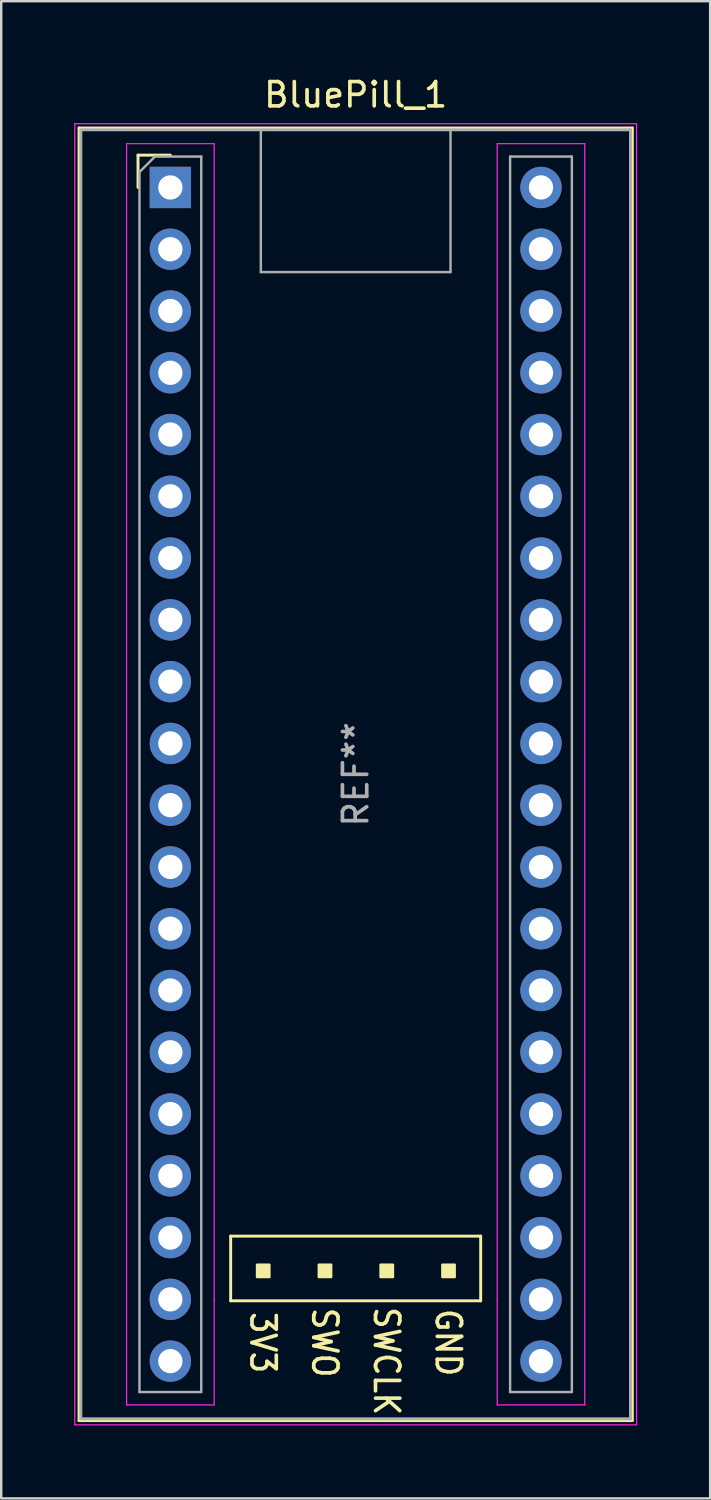
<source format=kicad_pcb>
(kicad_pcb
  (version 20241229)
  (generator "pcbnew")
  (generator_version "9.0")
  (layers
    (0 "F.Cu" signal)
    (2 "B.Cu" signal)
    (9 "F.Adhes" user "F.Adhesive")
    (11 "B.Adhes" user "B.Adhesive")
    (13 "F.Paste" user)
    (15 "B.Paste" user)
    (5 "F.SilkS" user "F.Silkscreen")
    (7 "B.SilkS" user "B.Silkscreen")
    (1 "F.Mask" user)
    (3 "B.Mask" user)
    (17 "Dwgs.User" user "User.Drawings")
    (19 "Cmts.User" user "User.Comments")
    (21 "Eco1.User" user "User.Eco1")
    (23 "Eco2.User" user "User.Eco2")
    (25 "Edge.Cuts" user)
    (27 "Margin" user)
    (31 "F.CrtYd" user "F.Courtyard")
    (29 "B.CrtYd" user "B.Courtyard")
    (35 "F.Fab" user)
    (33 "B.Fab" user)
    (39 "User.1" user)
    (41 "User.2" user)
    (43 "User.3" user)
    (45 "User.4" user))
  (footprint "BluePill_1"
    (layer "F.Cu")
    (at 3.955 4.658)
    (property "Reference" "BluePill_1" (at 7.62 -3.81 0) (layer "F.SilkS") (effects (font (size 1 1) (thickness 0.15))))
    (attr through_hole)
    (fp_line (start -3.755 -2.445) (end 18.995 -2.445) (stroke (width 0.12) (type solid)) (layer "F.SilkS"))
    (fp_line (start -3.755 50.705) (end -3.755 -2.445) (stroke (width 0.12) (type solid)) (layer "F.SilkS"))
    (fp_line (start -1.33 -1.33) (end 0 -1.33) (stroke (width 0.12) (type solid)) (layer "F.SilkS"))
    (fp_line (start -1.33 0) (end -1.33 -1.33) (stroke (width 0.12) (type solid)) (layer "F.SilkS"))
    (fp_line (start 2.48 43.12) (end 2.48 45.78) (stroke (width 0.12) (type solid)) (layer "F.SilkS"))
    (fp_line (start 2.48 45.78) (end 12.76 45.78) (stroke (width 0.12) (type solid)) (layer "F.SilkS"))
    (fp_line (start 12.76 43.12) (end 2.48 43.12) (stroke (width 0.12) (type solid)) (layer "F.SilkS"))
    (fp_line (start 12.76 45.78) (end 12.76 43.12) (stroke (width 0.12) (type solid)) (layer "F.SilkS"))
    (fp_line (start 18.995 -2.445) (end 18.995 50.705) (stroke (width 0.12) (type solid)) (layer "F.SilkS"))
    (fp_line (start 18.995 50.705) (end -3.755 50.705) (stroke (width 0.12) (type solid)) (layer "F.SilkS"))
    (fp_poly (pts (xy 3.564 44.295) (xy 3.564 44.803) (xy 4.072 44.803) (xy 4.072 44.295)) (stroke (width 0.1) (type solid)) (fill yes) (layer "F.SilkS"))
    (fp_poly (pts (xy 6.104 44.295) (xy 6.104 44.803) (xy 6.612 44.803) (xy 6.612 44.295)) (stroke (width 0.1) (type solid)) (fill yes) (layer "F.SilkS"))
    (fp_poly (pts (xy 8.644 44.295) (xy 8.644 44.803) (xy 9.152 44.803) (xy 9.152 44.295)) (stroke (width 0.1) (type solid)) (fill yes) (layer "F.SilkS"))
    (fp_poly (pts (xy 11.184 44.295) (xy 11.184 44.803) (xy 11.692 44.803) (xy 11.692 44.295)) (stroke (width 0.1) (type solid)) (fill yes) (layer "F.SilkS"))
    (fp_line (start -3.93 -2.62) (end 19.17 -2.62) (stroke (width 0.05) (type solid)) (layer "F.CrtYd"))
    (fp_line (start -3.93 50.88) (end -3.93 -2.62) (stroke (width 0.05) (type solid)) (layer "F.CrtYd"))
    (fp_line (start -1.8 -1.8) (end -1.8 50.06) (stroke (width 0.05) (type solid)) (layer "F.CrtYd"))
    (fp_line (start -1.8 50.06) (end 1.8 50.06) (stroke (width 0.05) (type solid)) (layer "F.CrtYd"))
    (fp_line (start 1.8 -1.8) (end -1.8 -1.8) (stroke (width 0.05) (type solid)) (layer "F.CrtYd"))
    (fp_line (start 1.8 -1.8) (end 1.8 45.72) (stroke (width 0.05) (type solid)) (layer "F.CrtYd"))
    (fp_line (start 1.8 45.72) (end 1.8 50.06) (stroke (width 0.05) (type solid)) (layer "F.CrtYd"))
    (fp_line (start 13.44 -1.8) (end 13.44 45.72) (stroke (width 0.05) (type solid)) (layer "F.CrtYd"))
    (fp_line (start 13.44 -1.8) (end 17.04 -1.8) (stroke (width 0.05) (type solid)) (layer "F.CrtYd"))
    (fp_line (start 13.44 45.72) (end 13.44 50.06) (stroke (width 0.05) (type solid)) (layer "F.CrtYd"))
    (fp_line (start 17.04 -1.8) (end 17.04 50.06) (stroke (width 0.05) (type solid)) (layer "F.CrtYd"))
    (fp_line (start 17.04 50.06) (end 13.44 50.06) (stroke (width 0.05) (type solid)) (layer "F.CrtYd"))
    (fp_line (start 19.17 -2.62) (end 19.17 50.88) (stroke (width 0.05) (type solid)) (layer "F.CrtYd"))
    (fp_line (start 19.17 50.88) (end -3.93 50.88) (stroke (width 0.05) (type solid)) (layer "F.CrtYd"))
    (fp_line (start -3.68 -2.37) (end 18.92 -2.37) (stroke (width 0.12) (type solid)) (layer "F.Fab"))
    (fp_line (start -3.68 50.63) (end -3.68 -2.32) (stroke (width 0.12) (type solid)) (layer "F.Fab"))
    (fp_line (start -3.68 50.63) (end 18.92 50.63) (stroke (width 0.12) (type solid)) (layer "F.Fab"))
    (fp_line (start -1.27 -0.635) (end -0.635 -1.27) (stroke (width 0.1) (type solid)) (layer "F.Fab"))
    (fp_line (start -1.27 49.53) (end -1.27 -0.635) (stroke (width 0.1) (type solid)) (layer "F.Fab"))
    (fp_line (start -0.635 -1.27) (end 1.27 -1.27) (stroke (width 0.1) (type solid)) (layer "F.Fab"))
    (fp_line (start 1.27 -1.27) (end 1.27 49.53) (stroke (width 0.1) (type solid)) (layer "F.Fab"))
    (fp_line (start 1.27 49.53) (end -1.27 49.53) (stroke (width 0.1) (type solid)) (layer "F.Fab"))
    (fp_line (start 3.72 3.48) (end 3.72 -2.32) (stroke (width 0.1) (type solid)) (layer "F.Fab"))
    (fp_line (start 3.72 3.48) (end 11.52 3.48) (stroke (width 0.1) (type solid)) (layer "F.Fab"))
    (fp_line (start 11.52 3.48) (end 11.52 -2.32) (stroke (width 0.1) (type solid)) (layer "F.Fab"))
    (fp_line (start 13.97 -1.27) (end 16.51 -1.27) (stroke (width 0.1) (type solid)) (layer "F.Fab"))
    (fp_line (start 13.97 49.53) (end 13.97 -1.27) (stroke (width 0.1) (type solid)) (layer "F.Fab"))
    (fp_line (start 16.51 -1.27) (end 16.51 49.53) (stroke (width 0.1) (type solid)) (layer "F.Fab"))
    (fp_line (start 16.51 49.53) (end 13.97 49.53) (stroke (width 0.1) (type solid)) (layer "F.Fab"))
    (fp_line (start 18.92 -2.37) (end 18.92 50.63) (stroke (width 0.12) (type solid)) (layer "F.Fab"))
    (fp_text user "SWCLK" (at 8.89 48.26 270) (unlocked yes) (layer "F.SilkS") (effects (font (size 1 0.9) (thickness 0.15))))
    (fp_text user "3V3" (at 3.81 47.498 270) (unlocked yes) (layer "F.SilkS") (effects (font (size 1 0.9) (thickness 0.15))))
    (fp_text user "SWO" (at 6.35 47.498 270) (unlocked yes) (layer "F.SilkS") (effects (font (size 1 0.9) (thickness 0.15))))
    (fp_text user "GND" (at 11.43 47.498 270) (unlocked yes) (layer "F.SilkS") (effects (font (size 1 0.9) (thickness 0.15))))
    (fp_text user "REF**" (at 7.62 24.13 90) (layer "F.Fab") (effects (font (size 1 1) (thickness 0.15))))
    (pad "1" thru_hole rect (at 0 0) (size 1.7 1.7) (drill 1) (layers "*.Cu" "*.Mask"))
    (pad "2" thru_hole circle (at 0 2.54) (size 1.7 1.7) (drill 1) (layers "*.Cu" "*.Mask"))
    (pad "3" thru_hole circle (at 0 5.08) (size 1.7 1.7) (drill 1) (layers "*.Cu" "*.Mask"))
    (pad "4" thru_hole circle (at 0 7.62) (size 1.7 1.7) (drill 1) (layers "*.Cu" "*.Mask"))
    (pad "5" thru_hole circle (at 0 10.16) (size 1.7 1.7) (drill 1) (layers "*.Cu" "*.Mask"))
    (pad "6" thru_hole circle (at 0 12.7) (size 1.7 1.7) (drill 1) (layers "*.Cu" "*.Mask"))
    (pad "7" thru_hole circle (at 0 15.24) (size 1.7 1.7) (drill 1) (layers "*.Cu" "*.Mask"))
    (pad "8" thru_hole circle (at 0 17.78) (size 1.7 1.7) (drill 1) (layers "*.Cu" "*.Mask"))
    (pad "9" thru_hole circle (at 0 20.32) (size 1.7 1.7) (drill 1) (layers "*.Cu" "*.Mask"))
    (pad "10" thru_hole circle (at 0 22.86) (size 1.7 1.7) (drill 1) (layers "*.Cu" "*.Mask"))
    (pad "11" thru_hole circle (at 0 25.4) (size 1.7 1.7) (drill 1) (layers "*.Cu" "*.Mask"))
    (pad "12" thru_hole circle (at 0 27.94) (size 1.7 1.7) (drill 1) (layers "*.Cu" "*.Mask"))
    (pad "13" thru_hole circle (at 0 30.48) (size 1.7 1.7) (drill 1) (layers "*.Cu" "*.Mask"))
    (pad "14" thru_hole circle (at 0 33.02) (size 1.7 1.7) (drill 1) (layers "*.Cu" "*.Mask"))
    (pad "15" thru_hole circle (at 0 35.56) (size 1.7 1.7) (drill 1) (layers "*.Cu" "*.Mask"))
    (pad "16" thru_hole circle (at 0 38.1) (size 1.7 1.7) (drill 1) (layers "*.Cu" "*.Mask"))
    (pad "17" thru_hole circle (at 0 40.64) (size 1.7 1.7) (drill 1) (layers "*.Cu" "*.Mask"))
    (pad "18" thru_hole circle (at 0 43.18) (size 1.7 1.7) (drill 1) (layers "*.Cu" "*.Mask"))
    (pad "19" thru_hole circle (at 0 45.72) (size 1.7 1.7) (drill 1) (layers "*.Cu" "*.Mask"))
    (pad "20" thru_hole circle (at 0 48.26) (size 1.7 1.7) (drill 1) (layers "*.Cu" "*.Mask"))
    (pad "21" thru_hole circle (at 15.24 48.26) (size 1.7 1.7) (drill 1) (layers "*.Cu" "*.Mask"))
    (pad "22" thru_hole circle (at 15.24 45.72) (size 1.7 1.7) (drill 1) (layers "*.Cu" "*.Mask"))
    (pad "23" thru_hole circle (at 15.24 43.18) (size 1.7 1.7) (drill 1) (layers "*.Cu" "*.Mask"))
    (pad "24" thru_hole circle (at 15.24 40.64) (size 1.7 1.7) (drill 1) (layers "*.Cu" "*.Mask"))
    (pad "25" thru_hole circle (at 15.24 38.1) (size 1.7 1.7) (drill 1) (layers "*.Cu" "*.Mask"))
    (pad "26" thru_hole circle (at 15.24 35.56) (size 1.7 1.7) (drill 1) (layers "*.Cu" "*.Mask"))
    (pad "27" thru_hole circle (at 15.24 33.02) (size 1.7 1.7) (drill 1) (layers "*.Cu" "*.Mask"))
    (pad "28" thru_hole circle (at 15.24 30.48) (size 1.7 1.7) (drill 1) (layers "*.Cu" "*.Mask"))
    (pad "29" thru_hole circle (at 15.24 27.94) (size 1.7 1.7) (drill 1) (layers "*.Cu" "*.Mask"))
    (pad "30" thru_hole circle (at 15.24 25.4) (size 1.7 1.7) (drill 1) (layers "*.Cu" "*.Mask"))
    (pad "31" thru_hole circle (at 15.24 22.86) (size 1.7 1.7) (drill 1) (layers "*.Cu" "*.Mask"))
    (pad "32" thru_hole circle (at 15.24 20.32) (size 1.7 1.7) (drill 1) (layers "*.Cu" "*.Mask"))
    (pad "33" thru_hole circle (at 15.24 17.78) (size 1.7 1.7) (drill 1) (layers "*.Cu" "*.Mask"))
    (pad "34" thru_hole circle (at 15.24 15.24) (size 1.7 1.7) (drill 1) (layers "*.Cu" "*.Mask"))
    (pad "35" thru_hole circle (at 15.24 12.7) (size 1.7 1.7) (drill 1) (layers "*.Cu" "*.Mask"))
    (pad "36" thru_hole circle (at 15.24 10.16) (size 1.7 1.7) (drill 1) (layers "*.Cu" "*.Mask"))
    (pad "37" thru_hole circle (at 15.24 7.62) (size 1.7 1.7) (drill 1) (layers "*.Cu" "*.Mask"))
    (pad "38" thru_hole circle (at 15.24 5.08) (size 1.7 1.7) (drill 1) (layers "*.Cu" "*.Mask"))
    (pad "39" thru_hole circle (at 15.24 2.54) (size 1.7 1.7) (drill 1) (layers "*.Cu" "*.Mask"))
    (pad "40" thru_hole circle (at 15.24 0) (size 1.7 1.7) (drill 1) (layers "*.Cu" "*.Mask")))
  (gr_rect
    (start -3 -3)
    (end 26.15 58.563)
    (stroke (width 0.1) (type default))
    (fill no)
    (layer "Edge.Cuts")))
</source>
